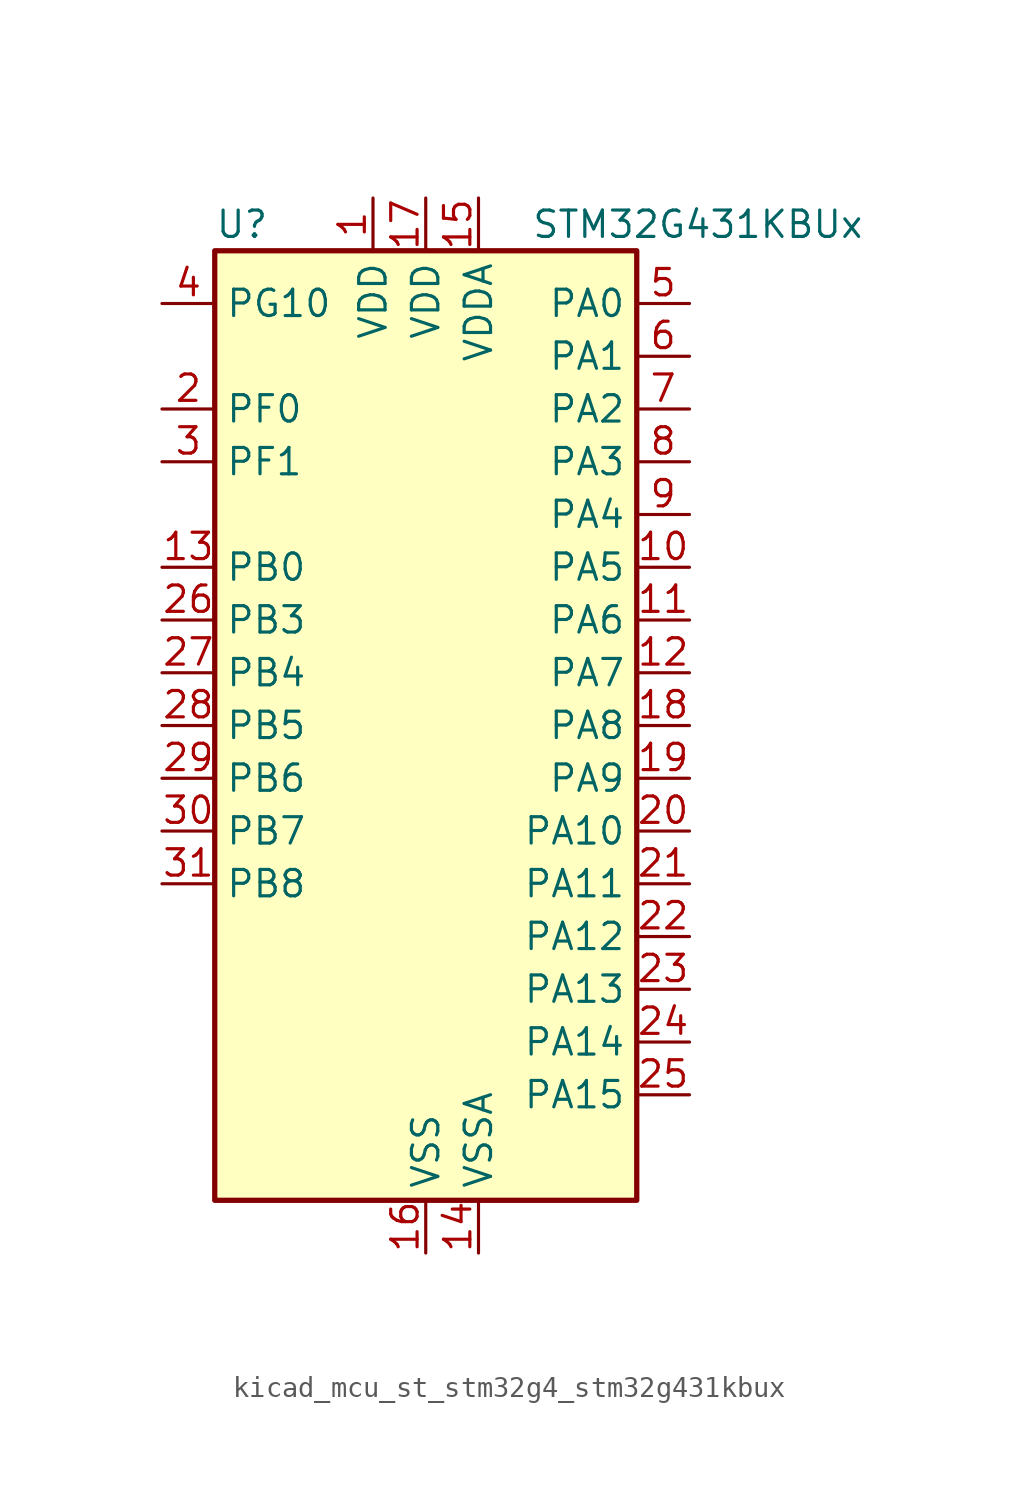
<source format=kicad_sym>
(kicad_symbol_lib
  (version 20220914)
  (generator kicad_symbol_editor)
  (symbol "kicad_mcu_st_stm32g4_stm32g431kbux"
    (property "Reference" "U"
      (at -10.16 24.13 0)
      (effects (font (size 1.27 1.27)) (justify left)))
    (property "Value" "STM32G431KBUx"
      (at 5.08 24.13 0)
      (effects (font (size 1.27 1.27)) (justify left)))
    (property "ki_locked" ""
      (at 0 0 0)
      (effects (font (size 1.27 1.27))))
    (symbol "kicad_mcu_st_stm32g4_stm32g431kbux_0_1"
      (rectangle (start -10.16 -22.86) (end 10.16 22.86) (stroke (width 0.254) (type default)) (fill (type background))))
    (symbol "kicad_mcu_st_stm32g4_stm32g431kbux_1_1"
      (pin power_in line (at -2.54 25.4 270) (length 2.54) (name "VDD" (effects (font (size 1.27 1.27)))) (number "1" (effects (font (size 1.27 1.27)))))
      (pin bidirectional line (at 12.7 7.62 180) (length 2.54) (name "PA5" (effects (font (size 1.27 1.27)))) (number "10" (effects (font (size 1.27 1.27)))) (alternate "ADC2_IN13" bidirectional line) (alternate "COMP2_INM" bidirectional line) (alternate "DAC1_OUT2" bidirectional line) (alternate "OPAMP2_VINM" bidirectional line) (alternate "OPAMP2_VINM0" bidirectional line) (alternate "OPAMP2_VINM_SEC" bidirectional line) (alternate "SPI1_SCK" bidirectional line) (alternate "TIM2_CH1" bidirectional line) (alternate "TIM2_ETR" bidirectional line) (alternate "UCPD1_FRSTX1" bidirectional line) (alternate "UCPD1_FRSTX2" bidirectional line))
      (pin bidirectional line (at 12.7 5.08 180) (length 2.54) (name "PA6" (effects (font (size 1.27 1.27)))) (number "11" (effects (font (size 1.27 1.27)))) (alternate "ADC2_IN3" bidirectional line) (alternate "COMP1_OUT" bidirectional line) (alternate "LPUART1_CTS" bidirectional line) (alternate "OPAMP2_VOUT" bidirectional line) (alternate "SPI1_MISO" bidirectional line) (alternate "TIM16_CH1" bidirectional line) (alternate "TIM1_BKIN" bidirectional line) (alternate "TIM3_CH1" bidirectional line) (alternate "TIM8_BKIN" bidirectional line))
      (pin bidirectional line (at 12.7 2.54 180) (length 2.54) (name "PA7" (effects (font (size 1.27 1.27)))) (number "12" (effects (font (size 1.27 1.27)))) (alternate "ADC2_IN4" bidirectional line) (alternate "COMP2_INP" bidirectional line) (alternate "COMP2_OUT" bidirectional line) (alternate "OPAMP1_VINP" bidirectional line) (alternate "OPAMP1_VINP_SEC" bidirectional line) (alternate "OPAMP2_VINP" bidirectional line) (alternate "OPAMP2_VINP_SEC" bidirectional line) (alternate "SPI1_MOSI" bidirectional line) (alternate "TIM17_CH1" bidirectional line) (alternate "TIM1_CH1N" bidirectional line) (alternate "TIM3_CH2" bidirectional line) (alternate "TIM8_CH1N" bidirectional line) (alternate "UCPD1_FRSTX1" bidirectional line) (alternate "UCPD1_FRSTX2" bidirectional line))
      (pin bidirectional line (at -12.7 7.62 0) (length 2.54) (name "PB0" (effects (font (size 1.27 1.27)))) (number "13" (effects (font (size 1.27 1.27)))) (alternate "ADC1_IN15" bidirectional line) (alternate "COMP4_INP" bidirectional line) (alternate "OPAMP2_VINP" bidirectional line) (alternate "OPAMP2_VINP_SEC" bidirectional line) (alternate "OPAMP3_VINP" bidirectional line) (alternate "OPAMP3_VINP_SEC" bidirectional line) (alternate "TIM1_CH2N" bidirectional line) (alternate "TIM3_CH3" bidirectional line) (alternate "TIM8_CH2N" bidirectional line) (alternate "UCPD1_FRSTX1" bidirectional line) (alternate "UCPD1_FRSTX2" bidirectional line))
      (pin power_in line (at 2.54 -25.4 90) (length 2.54) (name "VSSA" (effects (font (size 1.27 1.27)))) (number "14" (effects (font (size 1.27 1.27)))))
      (pin power_in line (at 2.54 25.4 270) (length 2.54) (name "VDDA" (effects (font (size 1.27 1.27)))) (number "15" (effects (font (size 1.27 1.27)))))
      (pin power_in line (at 0 -25.4 90) (length 2.54) (name "VSS" (effects (font (size 1.27 1.27)))) (number "16" (effects (font (size 1.27 1.27)))))
      (pin power_in line (at 0 25.4 270) (length 2.54) (name "VDD" (effects (font (size 1.27 1.27)))) (number "17" (effects (font (size 1.27 1.27)))))
      (pin bidirectional line (at 12.7 0 180) (length 2.54) (name "PA8" (effects (font (size 1.27 1.27)))) (number "18" (effects (font (size 1.27 1.27)))) (alternate "I2C2_SDA" bidirectional line) (alternate "I2C3_SCL" bidirectional line) (alternate "I2S2_MCK" bidirectional line) (alternate "RCC_MCO" bidirectional line) (alternate "SAI1_CK2" bidirectional line) (alternate "SAI1_SCK_A" bidirectional line) (alternate "TIM1_CH1" bidirectional line) (alternate "TIM4_ETR" bidirectional line) (alternate "USART1_CK" bidirectional line))
      (pin bidirectional line (at 12.7 -2.54 180) (length 2.54) (name "PA9" (effects (font (size 1.27 1.27)))) (number "19" (effects (font (size 1.27 1.27)))) (alternate "DAC1_EXTI9" bidirectional line) (alternate "DAC3_EXTI9" bidirectional line) (alternate "I2C2_SCL" bidirectional line) (alternate "I2C3_SMBA" bidirectional line) (alternate "I2S3_MCK" bidirectional line) (alternate "SAI1_FS_A" bidirectional line) (alternate "TIM15_BKIN" bidirectional line) (alternate "TIM1_CH2" bidirectional line) (alternate "TIM2_CH3" bidirectional line) (alternate "UCPD1_DBCC1" bidirectional line) (alternate "USART1_TX" bidirectional line))
      (pin bidirectional line (at -12.7 15.24 0) (length 2.54) (name "PF0" (effects (font (size 1.27 1.27)))) (number "2" (effects (font (size 1.27 1.27)))) (alternate "ADC1_IN10" bidirectional line) (alternate "I2C2_SDA" bidirectional line) (alternate "I2S2_WS" bidirectional line) (alternate "RCC_OSC_IN" bidirectional line) (alternate "SPI2_NSS" bidirectional line) (alternate "TIM1_CH3N" bidirectional line))
      (pin bidirectional line (at 12.7 -5.08 180) (length 2.54) (name "PA10" (effects (font (size 1.27 1.27)))) (number "20" (effects (font (size 1.27 1.27)))) (alternate "CRS_SYNC" bidirectional line) (alternate "DAC1_EXTI10" bidirectional line) (alternate "DAC3_EXTI10" bidirectional line) (alternate "I2C2_SMBA" bidirectional line) (alternate "SAI1_D1" bidirectional line) (alternate "SAI1_SD_A" bidirectional line) (alternate "SPI2_MISO" bidirectional line) (alternate "TIM17_BKIN" bidirectional line) (alternate "TIM1_CH3" bidirectional line) (alternate "TIM2_CH4" bidirectional line) (alternate "TIM8_BKIN" bidirectional line) (alternate "UCPD1_DBCC2" bidirectional line) (alternate "USART1_RX" bidirectional line))
      (pin bidirectional line (at 12.7 -7.62 180) (length 2.54) (name "PA11" (effects (font (size 1.27 1.27)))) (number "21" (effects (font (size 1.27 1.27)))) (alternate "ADC1_EXTI11" bidirectional line) (alternate "ADC2_EXTI11" bidirectional line) (alternate "COMP1_OUT" bidirectional line) (alternate "FDCAN1_RX" bidirectional line) (alternate "I2S2_SD" bidirectional line) (alternate "SPI2_MOSI" bidirectional line) (alternate "TIM1_BKIN2" bidirectional line) (alternate "TIM1_CH1N" bidirectional line) (alternate "TIM1_CH4" bidirectional line) (alternate "TIM4_CH1" bidirectional line) (alternate "USART1_CTS" bidirectional line) (alternate "USART1_NSS" bidirectional line) (alternate "USB_DM" bidirectional line))
      (pin bidirectional line (at 12.7 -10.16 180) (length 2.54) (name "PA12" (effects (font (size 1.27 1.27)))) (number "22" (effects (font (size 1.27 1.27)))) (alternate "COMP2_OUT" bidirectional line) (alternate "FDCAN1_TX" bidirectional line) (alternate "I2S_CKIN" bidirectional line) (alternate "TIM16_CH1" bidirectional line) (alternate "TIM1_CH2N" bidirectional line) (alternate "TIM1_ETR" bidirectional line) (alternate "TIM4_CH2" bidirectional line) (alternate "USART1_DE" bidirectional line) (alternate "USART1_RTS" bidirectional line) (alternate "USB_DP" bidirectional line))
      (pin bidirectional line (at 12.7 -12.7 180) (length 2.54) (name "PA13" (effects (font (size 1.27 1.27)))) (number "23" (effects (font (size 1.27 1.27)))) (alternate "I2C1_SCL" bidirectional line) (alternate "IR_OUT" bidirectional line) (alternate "SAI1_SD_B" bidirectional line) (alternate "SYS_JTMS-SWDIO" bidirectional line) (alternate "TIM16_CH1N" bidirectional line) (alternate "TIM4_CH3" bidirectional line))
      (pin bidirectional line (at 12.7 -15.24 180) (length 2.54) (name "PA14" (effects (font (size 1.27 1.27)))) (number "24" (effects (font (size 1.27 1.27)))) (alternate "I2C1_SDA" bidirectional line) (alternate "LPTIM1_OUT" bidirectional line) (alternate "SAI1_FS_B" bidirectional line) (alternate "SYS_JTCK-SWCLK" bidirectional line) (alternate "TIM1_BKIN" bidirectional line) (alternate "TIM8_CH2" bidirectional line) (alternate "USART2_TX" bidirectional line))
      (pin bidirectional line (at 12.7 -17.78 180) (length 2.54) (name "PA15" (effects (font (size 1.27 1.27)))) (number "25" (effects (font (size 1.27 1.27)))) (alternate "ADC1_EXTI15" bidirectional line) (alternate "ADC2_EXTI15" bidirectional line) (alternate "I2C1_SCL" bidirectional line) (alternate "I2S3_WS" bidirectional line) (alternate "SPI1_NSS" bidirectional line) (alternate "SPI3_NSS" bidirectional line) (alternate "SYS_JTDI" bidirectional line) (alternate "TIM1_BKIN" bidirectional line) (alternate "TIM2_CH1" bidirectional line) (alternate "TIM2_ETR" bidirectional line) (alternate "TIM8_CH1" bidirectional line) (alternate "USART2_RX" bidirectional line))
      (pin bidirectional line (at -12.7 5.08 0) (length 2.54) (name "PB3" (effects (font (size 1.27 1.27)))) (number "26" (effects (font (size 1.27 1.27)))) (alternate "CRS_SYNC" bidirectional line) (alternate "I2S3_CK" bidirectional line) (alternate "SAI1_SCK_B" bidirectional line) (alternate "SPI1_SCK" bidirectional line) (alternate "SPI3_SCK" bidirectional line) (alternate "SYS_JTDO-SWO" bidirectional line) (alternate "TIM2_CH2" bidirectional line) (alternate "TIM3_ETR" bidirectional line) (alternate "TIM4_ETR" bidirectional line) (alternate "TIM8_CH1N" bidirectional line) (alternate "USART2_TX" bidirectional line))
      (pin bidirectional line (at -12.7 2.54 0) (length 2.54) (name "PB4" (effects (font (size 1.27 1.27)))) (number "27" (effects (font (size 1.27 1.27)))) (alternate "SAI1_MCLK_B" bidirectional line) (alternate "SPI1_MISO" bidirectional line) (alternate "SPI3_MISO" bidirectional line) (alternate "SYS_JTRST" bidirectional line) (alternate "TIM16_CH1" bidirectional line) (alternate "TIM17_BKIN" bidirectional line) (alternate "TIM3_CH1" bidirectional line) (alternate "TIM8_CH2N" bidirectional line) (alternate "UCPD1_CC2" bidirectional line) (alternate "USART2_RX" bidirectional line))
      (pin bidirectional line (at -12.7 0 0) (length 2.54) (name "PB5" (effects (font (size 1.27 1.27)))) (number "28" (effects (font (size 1.27 1.27)))) (alternate "I2C1_SMBA" bidirectional line) (alternate "I2C3_SDA" bidirectional line) (alternate "I2S3_SD" bidirectional line) (alternate "LPTIM1_IN1" bidirectional line) (alternate "SAI1_SD_B" bidirectional line) (alternate "SPI1_MOSI" bidirectional line) (alternate "SPI3_MOSI" bidirectional line) (alternate "TIM16_BKIN" bidirectional line) (alternate "TIM17_CH1" bidirectional line) (alternate "TIM3_CH2" bidirectional line) (alternate "TIM8_CH3N" bidirectional line) (alternate "USART2_CK" bidirectional line))
      (pin bidirectional line (at -12.7 -2.54 0) (length 2.54) (name "PB6" (effects (font (size 1.27 1.27)))) (number "29" (effects (font (size 1.27 1.27)))) (alternate "COMP4_OUT" bidirectional line) (alternate "LPTIM1_ETR" bidirectional line) (alternate "SAI1_FS_B" bidirectional line) (alternate "TIM16_CH1N" bidirectional line) (alternate "TIM4_CH1" bidirectional line) (alternate "TIM8_BKIN2" bidirectional line) (alternate "TIM8_CH1" bidirectional line) (alternate "TIM8_ETR" bidirectional line) (alternate "UCPD1_CC1" bidirectional line) (alternate "USART1_TX" bidirectional line))
      (pin bidirectional line (at -12.7 12.7 0) (length 2.54) (name "PF1" (effects (font (size 1.27 1.27)))) (number "3" (effects (font (size 1.27 1.27)))) (alternate "ADC2_IN10" bidirectional line) (alternate "COMP3_INM" bidirectional line) (alternate "I2S2_CK" bidirectional line) (alternate "RCC_OSC_OUT" bidirectional line) (alternate "SPI2_SCK" bidirectional line))
      (pin bidirectional line (at -12.7 -5.08 0) (length 2.54) (name "PB7" (effects (font (size 1.27 1.27)))) (number "30" (effects (font (size 1.27 1.27)))) (alternate "COMP3_OUT" bidirectional line) (alternate "I2C1_SDA" bidirectional line) (alternate "LPTIM1_IN2" bidirectional line) (alternate "SYS_PVD_IN" bidirectional line) (alternate "TIM17_CH1N" bidirectional line) (alternate "TIM3_CH4" bidirectional line) (alternate "TIM4_CH2" bidirectional line) (alternate "TIM8_BKIN" bidirectional line) (alternate "USART1_RX" bidirectional line))
      (pin bidirectional line (at -12.7 -7.62 0) (length 2.54) (name "PB8" (effects (font (size 1.27 1.27)))) (number "31" (effects (font (size 1.27 1.27)))) (alternate "COMP1_OUT" bidirectional line) (alternate "FDCAN1_RX" bidirectional line) (alternate "I2C1_SCL" bidirectional line) (alternate "SAI1_CK1" bidirectional line) (alternate "SAI1_MCLK_A" bidirectional line) (alternate "TIM16_CH1" bidirectional line) (alternate "TIM1_BKIN" bidirectional line) (alternate "TIM4_CH3" bidirectional line) (alternate "TIM8_CH2" bidirectional line))
      (pin passive line (at 0 -25.4 90) (length 2.54) hide (name "VSS" (effects (font (size 1.27 1.27)))) (number "32" (effects (font (size 1.27 1.27)))))
      (pin passive line (at 0 -25.4 90) (length 2.54) hide (name "VSS" (effects (font (size 1.27 1.27)))) (number "33" (effects (font (size 1.27 1.27)))))
      (pin bidirectional line (at -12.7 20.32 0) (length 2.54) (name "PG10" (effects (font (size 1.27 1.27)))) (number "4" (effects (font (size 1.27 1.27)))) (alternate "DAC1_EXTI10" bidirectional line) (alternate "DAC3_EXTI10" bidirectional line) (alternate "RCC_MCO" bidirectional line))
      (pin bidirectional line (at 12.7 20.32 180) (length 2.54) (name "PA0" (effects (font (size 1.27 1.27)))) (number "5" (effects (font (size 1.27 1.27)))) (alternate "ADC1_IN1" bidirectional line) (alternate "ADC2_IN1" bidirectional line) (alternate "COMP1_INM" bidirectional line) (alternate "COMP1_OUT" bidirectional line) (alternate "COMP3_INP" bidirectional line) (alternate "RTC_TAMP2" bidirectional line) (alternate "SYS_WKUP1" bidirectional line) (alternate "TIM2_CH1" bidirectional line) (alternate "TIM2_ETR" bidirectional line) (alternate "TIM8_BKIN" bidirectional line) (alternate "TIM8_ETR" bidirectional line) (alternate "USART2_CTS" bidirectional line) (alternate "USART2_NSS" bidirectional line))
      (pin bidirectional line (at 12.7 17.78 180) (length 2.54) (name "PA1" (effects (font (size 1.27 1.27)))) (number "6" (effects (font (size 1.27 1.27)))) (alternate "ADC1_IN2" bidirectional line) (alternate "ADC2_IN2" bidirectional line) (alternate "COMP1_INP" bidirectional line) (alternate "OPAMP1_VINP" bidirectional line) (alternate "OPAMP1_VINP_SEC" bidirectional line) (alternate "OPAMP3_VINP" bidirectional line) (alternate "OPAMP3_VINP_SEC" bidirectional line) (alternate "RTC_REFIN" bidirectional line) (alternate "TIM15_CH1N" bidirectional line) (alternate "TIM2_CH2" bidirectional line) (alternate "USART2_DE" bidirectional line) (alternate "USART2_RTS" bidirectional line))
      (pin bidirectional line (at 12.7 15.24 180) (length 2.54) (name "PA2" (effects (font (size 1.27 1.27)))) (number "7" (effects (font (size 1.27 1.27)))) (alternate "ADC1_IN3" bidirectional line) (alternate "COMP2_INM" bidirectional line) (alternate "COMP2_OUT" bidirectional line) (alternate "LPUART1_TX" bidirectional line) (alternate "OPAMP1_VOUT" bidirectional line) (alternate "RCC_LSCO" bidirectional line) (alternate "SYS_WKUP4" bidirectional line) (alternate "TIM15_CH1" bidirectional line) (alternate "TIM2_CH3" bidirectional line) (alternate "UCPD1_FRSTX1" bidirectional line) (alternate "UCPD1_FRSTX2" bidirectional line) (alternate "USART2_TX" bidirectional line))
      (pin bidirectional line (at 12.7 12.7 180) (length 2.54) (name "PA3" (effects (font (size 1.27 1.27)))) (number "8" (effects (font (size 1.27 1.27)))) (alternate "ADC1_IN4" bidirectional line) (alternate "COMP2_INP" bidirectional line) (alternate "LPUART1_RX" bidirectional line) (alternate "OPAMP1_VINM" bidirectional line) (alternate "OPAMP1_VINM0" bidirectional line) (alternate "OPAMP1_VINM_SEC" bidirectional line) (alternate "OPAMP1_VINP" bidirectional line) (alternate "OPAMP1_VINP_SEC" bidirectional line) (alternate "SAI1_CK1" bidirectional line) (alternate "SAI1_MCLK_A" bidirectional line) (alternate "TIM15_CH2" bidirectional line) (alternate "TIM2_CH4" bidirectional line) (alternate "USART2_RX" bidirectional line))
      (pin bidirectional line (at 12.7 10.16 180) (length 2.54) (name "PA4" (effects (font (size 1.27 1.27)))) (number "9" (effects (font (size 1.27 1.27)))) (alternate "ADC2_IN17" bidirectional line) (alternate "COMP1_INM" bidirectional line) (alternate "DAC1_OUT1" bidirectional line) (alternate "I2S3_WS" bidirectional line) (alternate "SAI1_FS_B" bidirectional line) (alternate "SPI1_NSS" bidirectional line) (alternate "SPI3_NSS" bidirectional line) (alternate "TIM3_CH2" bidirectional line) (alternate "USART2_CK" bidirectional line)))))
</source>
